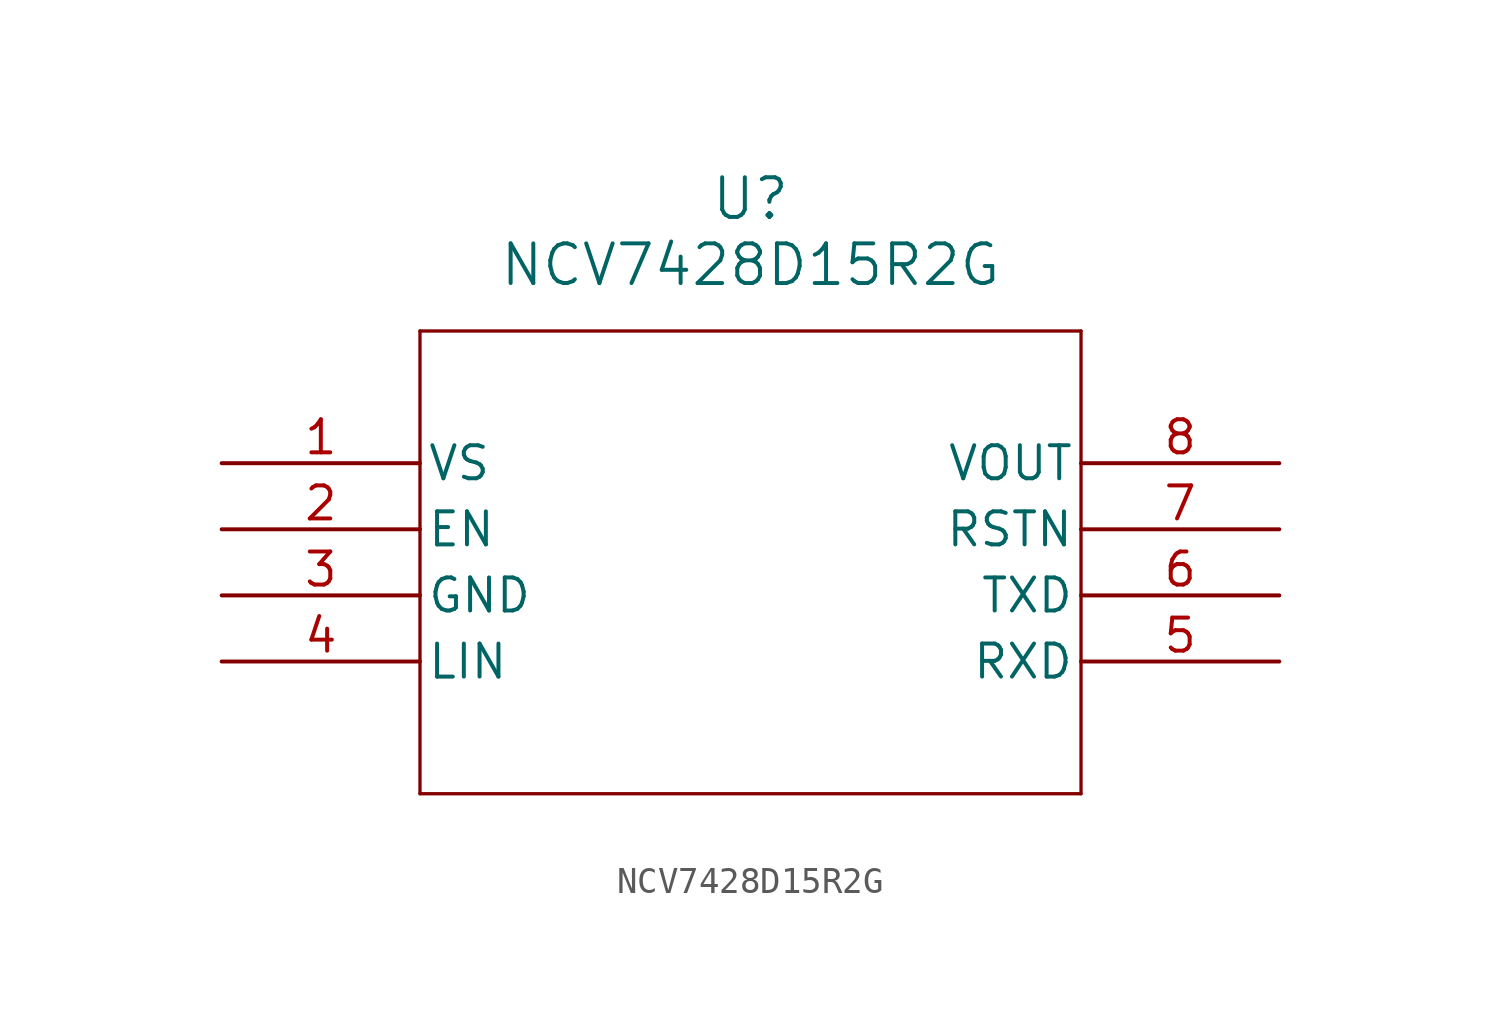
<source format=kicad_sym>
(kicad_symbol_lib
  (version 20211014)
  (generator kicad_symbol_editor)
  (symbol "NCV7428D15R2G"
    (pin_names
      (offset 0.254))
    (property "Reference" "U"
      (at 20.32 10.16 0)
      (effects (font (size 1.524 1.524))))
    (property "Value" "NCV7428D15R2G"
      (at 20.32 7.62 0)
      (effects (font (size 1.524 1.524))))
    (symbol "NCV7428D15R2G_0_1"
      (polyline (pts (xy 7.62 5.08) (xy 7.62 -12.7)) (stroke (width 0.127) (type default) (color 0 0 0 0)) (fill (type none)))
      (polyline (pts (xy 7.62 -12.7) (xy 33.02 -12.7)) (stroke (width 0.127) (type default) (color 0 0 0 0)) (fill (type none)))
      (polyline (pts (xy 33.02 -12.7) (xy 33.02 5.08)) (stroke (width 0.127) (type default) (color 0 0 0 0)) (fill (type none)))
      (polyline (pts (xy 33.02 5.08) (xy 7.62 5.08)) (stroke (width 0.127) (type default) (color 0 0 0 0)) (fill (type none)))
      (pin input line (at 0 0 0) (length 7.62) (name "VS" (effects (font (size 1.27 1.27)))) (number "1" (effects (font (size 1.27 1.27)))))
      (pin input line (at 0 -2.54 0) (length 7.62) (name "EN" (effects (font (size 1.27 1.27)))) (number "2" (effects (font (size 1.27 1.27)))))
      (pin power_in line (at 0 -5.08 0) (length 7.62) (name "GND" (effects (font (size 1.27 1.27)))) (number "3" (effects (font (size 1.27 1.27)))))
      (pin unspecified line (at 0 -7.62 0) (length 7.62) (name "LIN" (effects (font (size 1.27 1.27)))) (number "4" (effects (font (size 1.27 1.27)))))
      (pin output line (at 40.64 -7.62 180) (length 7.62) (name "RXD" (effects (font (size 1.27 1.27)))) (number "5" (effects (font (size 1.27 1.27)))))
      (pin input line (at 40.64 -5.08 180) (length 7.62) (name "TXD" (effects (font (size 1.27 1.27)))) (number "6" (effects (font (size 1.27 1.27)))))
      (pin output line (at 40.64 -2.54 180) (length 7.62) (name "RSTN" (effects (font (size 1.27 1.27)))) (number "7" (effects (font (size 1.27 1.27)))))
      (pin output line (at 40.64 0 180) (length 7.62) (name "VOUT" (effects (font (size 1.27 1.27)))) (number "8" (effects (font (size 1.27 1.27))))))))
</source>
